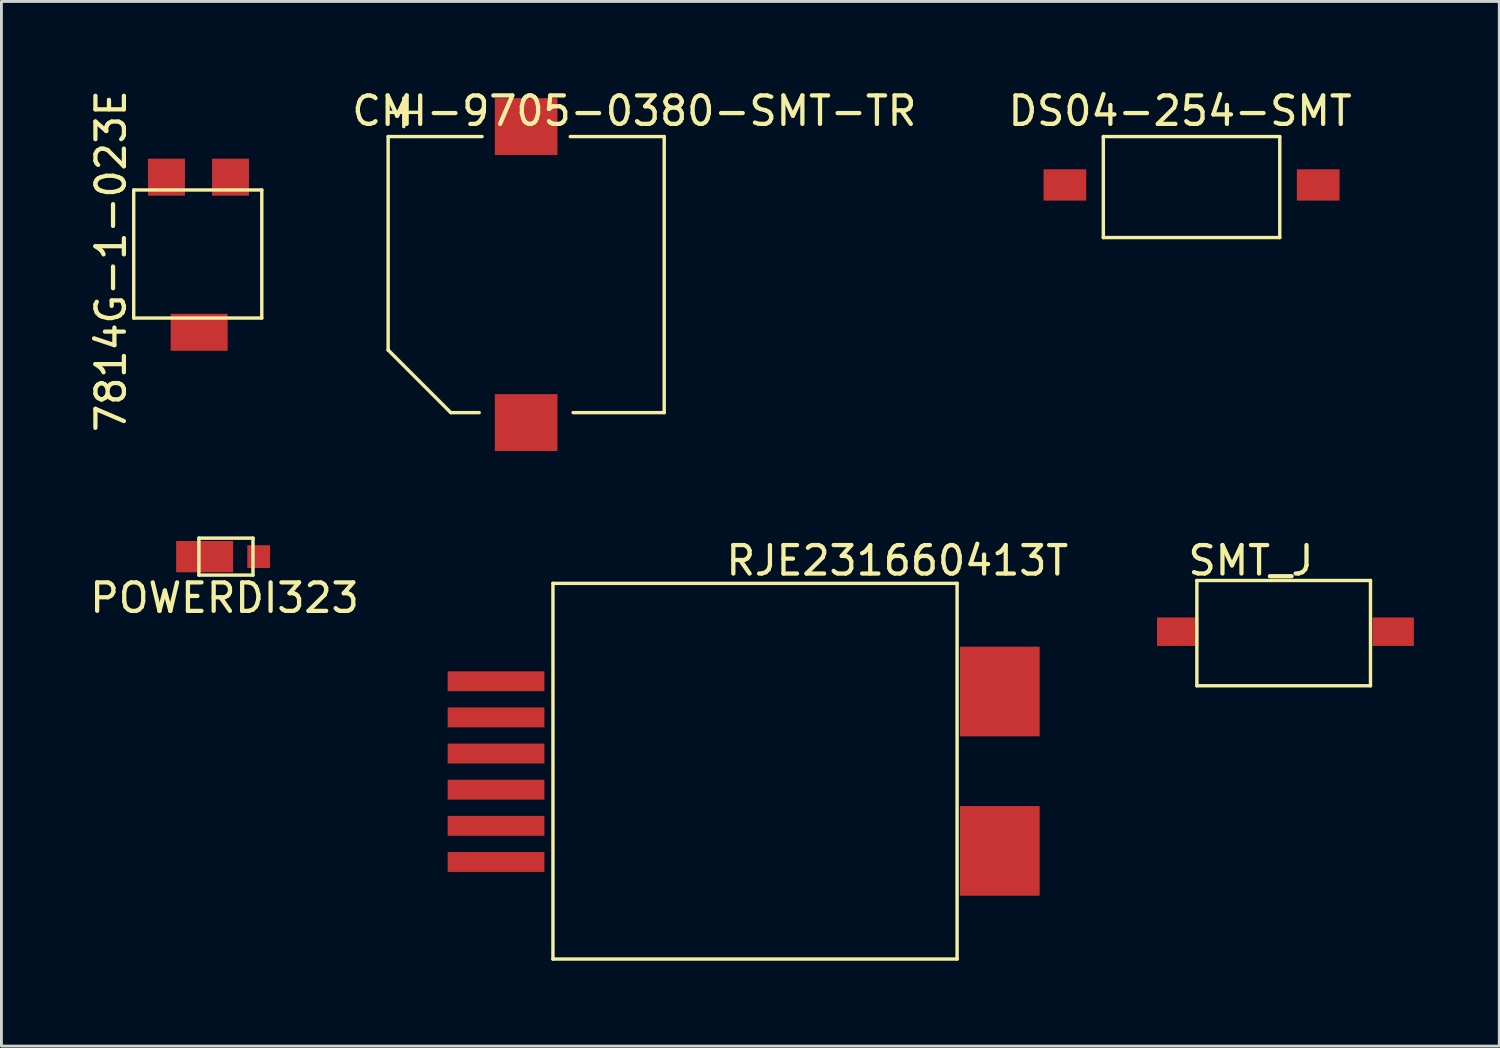
<source format=kicad_pcb>
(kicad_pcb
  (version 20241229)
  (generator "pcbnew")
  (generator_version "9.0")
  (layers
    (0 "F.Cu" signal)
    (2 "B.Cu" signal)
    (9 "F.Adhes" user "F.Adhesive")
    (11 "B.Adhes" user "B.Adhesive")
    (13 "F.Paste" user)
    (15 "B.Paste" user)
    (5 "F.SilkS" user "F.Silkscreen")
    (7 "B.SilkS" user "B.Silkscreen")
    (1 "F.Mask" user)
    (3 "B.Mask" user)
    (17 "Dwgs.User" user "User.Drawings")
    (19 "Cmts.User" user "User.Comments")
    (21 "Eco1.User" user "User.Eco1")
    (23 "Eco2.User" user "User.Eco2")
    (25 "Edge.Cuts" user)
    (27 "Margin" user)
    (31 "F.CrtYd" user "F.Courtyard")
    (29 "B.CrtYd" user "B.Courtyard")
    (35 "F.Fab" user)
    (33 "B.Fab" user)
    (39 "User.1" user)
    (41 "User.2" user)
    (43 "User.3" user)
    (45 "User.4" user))
  (footprint "SMT_J"
    (layer "F.Cu")
    (at 42.004 19.146)
    (property "Reference" "SMT_J" (at -1.1 -2.5 0) (layer "F.SilkS") (effects (font (size 1 1) (thickness 0.15))))
    (attr through_hole)
    (fp_line (start -3 -1.8) (end 3.1 -1.8) (stroke (width 0.12) (type solid)) (layer "F.SilkS"))
    (fp_line (start -3 1.9) (end -3 -1.8) (stroke (width 0.12) (type solid)) (layer "F.SilkS"))
    (fp_line (start 3.1 -1.8) (end 3.1 1.9) (stroke (width 0.12) (type solid)) (layer "F.SilkS"))
    (fp_line (start 3.1 1.9) (end -3 1.9) (stroke (width 0.12) (type solid)) (layer "F.SilkS"))
    (pad "1" smd rect (at -3.675 0) (size 1.45 1) (layers "F.Cu" "F.Mask" "F.Paste"))
    (pad "2" smd rect (at 3.9 0) (size 1.45 1) (layers "F.Cu" "F.Mask" "F.Paste")))
  (footprint "CMI-9705-0380-SMT-TR"
    (layer "F.Cu")
    (at 15.588 6.748)
    (property "Reference" "CMI-9705-0380-SMT-TR" (at 3.65 -5.9 0) (layer "F.SilkS") (effects (font (size 1 1) (thickness 0.15))))
    (attr through_hole)
    (fp_line (start -5 -5) (end -5 2.5) (stroke (width 0.12) (type solid)) (layer "F.SilkS"))
    (fp_line (start -5 -5) (end -1.7 -5) (stroke (width 0.12) (type solid)) (layer "F.SilkS"))
    (fp_line (start -4.95 -5.85) (end -3.95 -5.85) (stroke (width 0.12) (type solid)) (layer "F.SilkS"))
    (fp_line (start -4.45 -6.35) (end -4.45 -5.35) (stroke (width 0.12) (type solid)) (layer "F.SilkS"))
    (fp_line (start -2.8 4.7) (end -5 2.5) (stroke (width 0.12) (type solid)) (layer "F.SilkS"))
    (fp_line (start -2.8 4.7) (end -1.8 4.7) (stroke (width 0.12) (type solid)) (layer "F.SilkS"))
    (fp_line (start 4.7 -5) (end 1.4 -5) (stroke (width 0.12) (type solid)) (layer "F.SilkS"))
    (fp_line (start 4.7 -5) (end 4.7 4.7) (stroke (width 0.12) (type solid)) (layer "F.SilkS"))
    (fp_line (start 4.7 4.7) (end 1.5 4.7) (stroke (width 0.12) (type solid)) (layer "F.SilkS"))
    (pad "1" smd rect (at -0.15 -5.35) (size 2.2 2) (layers "F.Cu" "F.Mask" "F.Paste"))
    (pad "2" smd rect (at -0.15 5.05) (size 2.2 2) (layers "F.Cu" "F.Mask" "F.Paste")))
  (footprint "RJE231660413T"
    (layer "F.Cu")
    (at 22.979 24.047)
    (property "Reference" "RJE231660413T" (at 5.5 -7.4 0) (layer "F.SilkS") (effects (font (size 1 1) (thickness 0.15))))
    (attr through_hole)
    (fp_line (start -6.6 -6.6) (end -6.6 6.6) (stroke (width 0.12) (type solid)) (layer "F.SilkS"))
    (fp_line (start -6.6 -6.6) (end 7.6 -6.6) (stroke (width 0.12) (type solid)) (layer "F.SilkS"))
    (fp_line (start -6.6 6.6) (end 7.6 6.6) (stroke (width 0.12) (type solid)) (layer "F.SilkS"))
    (fp_line (start 7.6 -6.6) (end 7.6 6.6) (stroke (width 0.12) (type solid)) (layer "F.SilkS"))
    (pad "1" smd rect (at -8.6 3.19) (size 3.4 0.7) (layers "F.Cu" "F.Mask" "F.Paste"))
    (pad "2" smd rect (at -8.6 1.92) (size 3.4 0.7) (layers "F.Cu" "F.Mask" "F.Paste"))
    (pad "3" smd rect (at -8.6 0.65) (size 3.4 0.7) (layers "F.Cu" "F.Mask" "F.Paste"))
    (pad "4" smd rect (at -8.6 -0.62) (size 3.4 0.7) (layers "F.Cu" "F.Mask" "F.Paste"))
    (pad "4" smd rect (at 9.1 -2.8) (size 2.8 3.15) (layers "F.Cu" "F.Mask" "F.Paste"))
    (pad "4" smd rect (at 9.1 2.8) (size 2.8 3.15) (layers "F.Cu" "F.Mask" "F.Paste"))
    (pad "5" smd rect (at -8.6 -1.89) (size 3.4 0.7) (layers "F.Cu" "F.Mask" "F.Paste"))
    (pad "6" smd rect (at -8.6 -3.16) (size 3.4 0.7) (layers "F.Cu" "F.Mask" "F.Paste")))
  (footprint "7814G-1-023E"
    (layer "F.Cu")
    (at 3.848 5.825)
    (property "Reference" "7814G-1-023E" (at -3 0.3 90) (layer "F.SilkS") (effects (font (size 1 1) (thickness 0.15))))
    (attr through_hole)
    (fp_line (start -2.2 -2.2) (end 2.3 -2.2) (stroke (width 0.12) (type solid)) (layer "F.SilkS"))
    (fp_line (start -2.2 2.3) (end -2.2 -2.2) (stroke (width 0.12) (type solid)) (layer "F.SilkS"))
    (fp_line (start 2.3 -2.2) (end 2.3 2.3) (stroke (width 0.12) (type solid)) (layer "F.SilkS"))
    (fp_line (start 2.3 2.3) (end -2.2 2.3) (stroke (width 0.12) (type solid)) (layer "F.SilkS"))
    (pad "1" smd rect (at 1.2 -2.65) (size 1.3 1.3) (layers "F.Cu" "F.Mask" "F.Paste"))
    (pad "2" smd rect (at 0.1 2.8) (size 2 1.3) (layers "F.Cu" "F.Mask" "F.Paste"))
    (pad "3" smd rect (at -1.05 -2.65) (size 1.3 1.3) (layers "F.Cu" "F.Mask" "F.Paste")))
  (footprint "POWERDI323"
    (layer "F.Cu")
    (at 4.889 16.558)
    (property "Reference" "POWERDI323" (at -0.05 1.4 0) (layer "F.SilkS") (effects (font (size 1 1) (thickness 0.15))))
    (attr through_hole)
    (fp_line (start -0.95 -0.7) (end 0.95 -0.7) (stroke (width 0.12) (type solid)) (layer "F.SilkS"))
    (fp_line (start -0.95 0.6) (end -0.95 -0.7) (stroke (width 0.12) (type solid)) (layer "F.SilkS"))
    (fp_line (start 0.95 -0.7) (end 0.95 0.6) (stroke (width 0.12) (type solid)) (layer "F.SilkS"))
    (fp_line (start 0.95 0.6) (end -0.95 0.6) (stroke (width 0.12) (type solid)) (layer "F.SilkS"))
    (pad "1" smd rect (at -0.75 -0.05) (size 2 1.1) (layers "F.Cu" "F.Mask" "F.Paste"))
    (pad "2" smd rect (at 1.15 -0.05) (size 0.8 0.8) (layers "F.Cu" "F.Mask" "F.Paste")))
  (footprint "DS04-254-SMT"
    (layer "F.Cu")
    (at 38.817 3.548)
    (property "Reference" "DS04-254-SMT" (at -0.4 -2.7 0) (layer "F.SilkS") (effects (font (size 1 1) (thickness 0.15))))
    (attr through_hole)
    (fp_line (start -3.1 -1.8) (end -3.1 1.75) (stroke (width 0.12) (type solid)) (layer "F.SilkS"))
    (fp_line (start -3.1 1.75) (end 3.1 1.75) (stroke (width 0.12) (type solid)) (layer "F.SilkS"))
    (fp_line (start 3.1 -1.8) (end -3.1 -1.8) (stroke (width 0.12) (type solid)) (layer "F.SilkS"))
    (fp_line (start 3.1 1.75) (end 3.1 -1.8) (stroke (width 0.12) (type solid)) (layer "F.SilkS"))
    (pad "1" smd rect (at -4.45 -0.1) (size 1.5 1.1) (layers "F.Cu" "F.Mask" "F.Paste"))
    (pad "2" smd rect (at 4.45 -0.1) (size 1.5 1.1) (layers "F.Cu" "F.Mask" "F.Paste")))
  (gr_rect
    (start -3 -3)
    (end 49.629 33.706)
    (stroke (width 0.1) (type default))
    (fill no)
    (layer "Edge.Cuts")))
</source>
